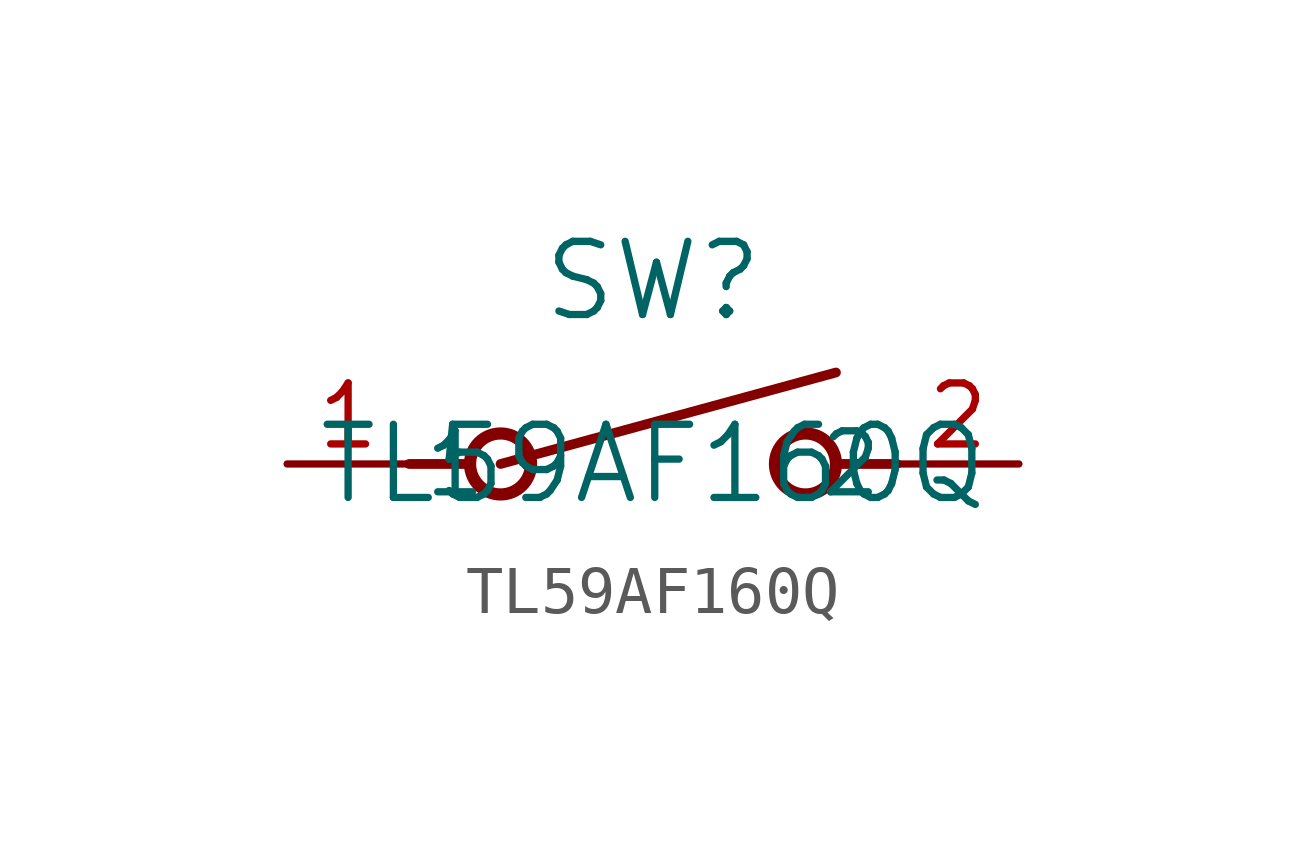
<source format=kicad_sym>
(kicad_symbol_lib
  (version 20211014)
  (generator kicad_symbol_editor)
  (symbol "TL59AF160Q"
    (pin_names
      (offset 0.254))
    (property "Reference" "SW"
      (at 0 3.81 0)
      (effects (font (size 1.524 1.524))))
    (property "Value" "TL59AF160Q"
      (at 0 0 0)
      (effects (font (size 1.524 1.524))))
    (symbol "TL59AF160Q_0_1"
      (polyline (pts (xy -5.08 0) (xy -3.81 0)) (stroke (width 0.203) (type default) (color 0 0 0 0)) (fill (type none)))
      (circle (center 3.175 0) (radius 0.635) (stroke (width 0.254) (type default) (color 0 0 0 0)) (fill (type none)))
      (circle (center -3.175 0) (radius 0.635) (stroke (width 0.254) (type default) (color 0 0 0 0)) (fill (type none)))
      (polyline (pts (xy 5.08 0) (xy 3.81 0)) (stroke (width 0.203) (type default) (color 0 0 0 0)) (fill (type none)))
      (polyline (pts (xy -3.175 0) (xy 3.81 1.905)) (stroke (width 0.203) (type default) (color 0 0 0 0)) (fill (type none)))
      (pin unspecified line (at -7.62 0 0) (length 2.54) (name "1" (effects (font (size 1.27 1.27)))) (number "1" (effects (font (size 1.27 1.27)))))
      (pin unspecified line (at 7.62 0 180) (length 2.54) (name "2" (effects (font (size 1.27 1.27)))) (number "2" (effects (font (size 1.27 1.27))))))))
</source>
